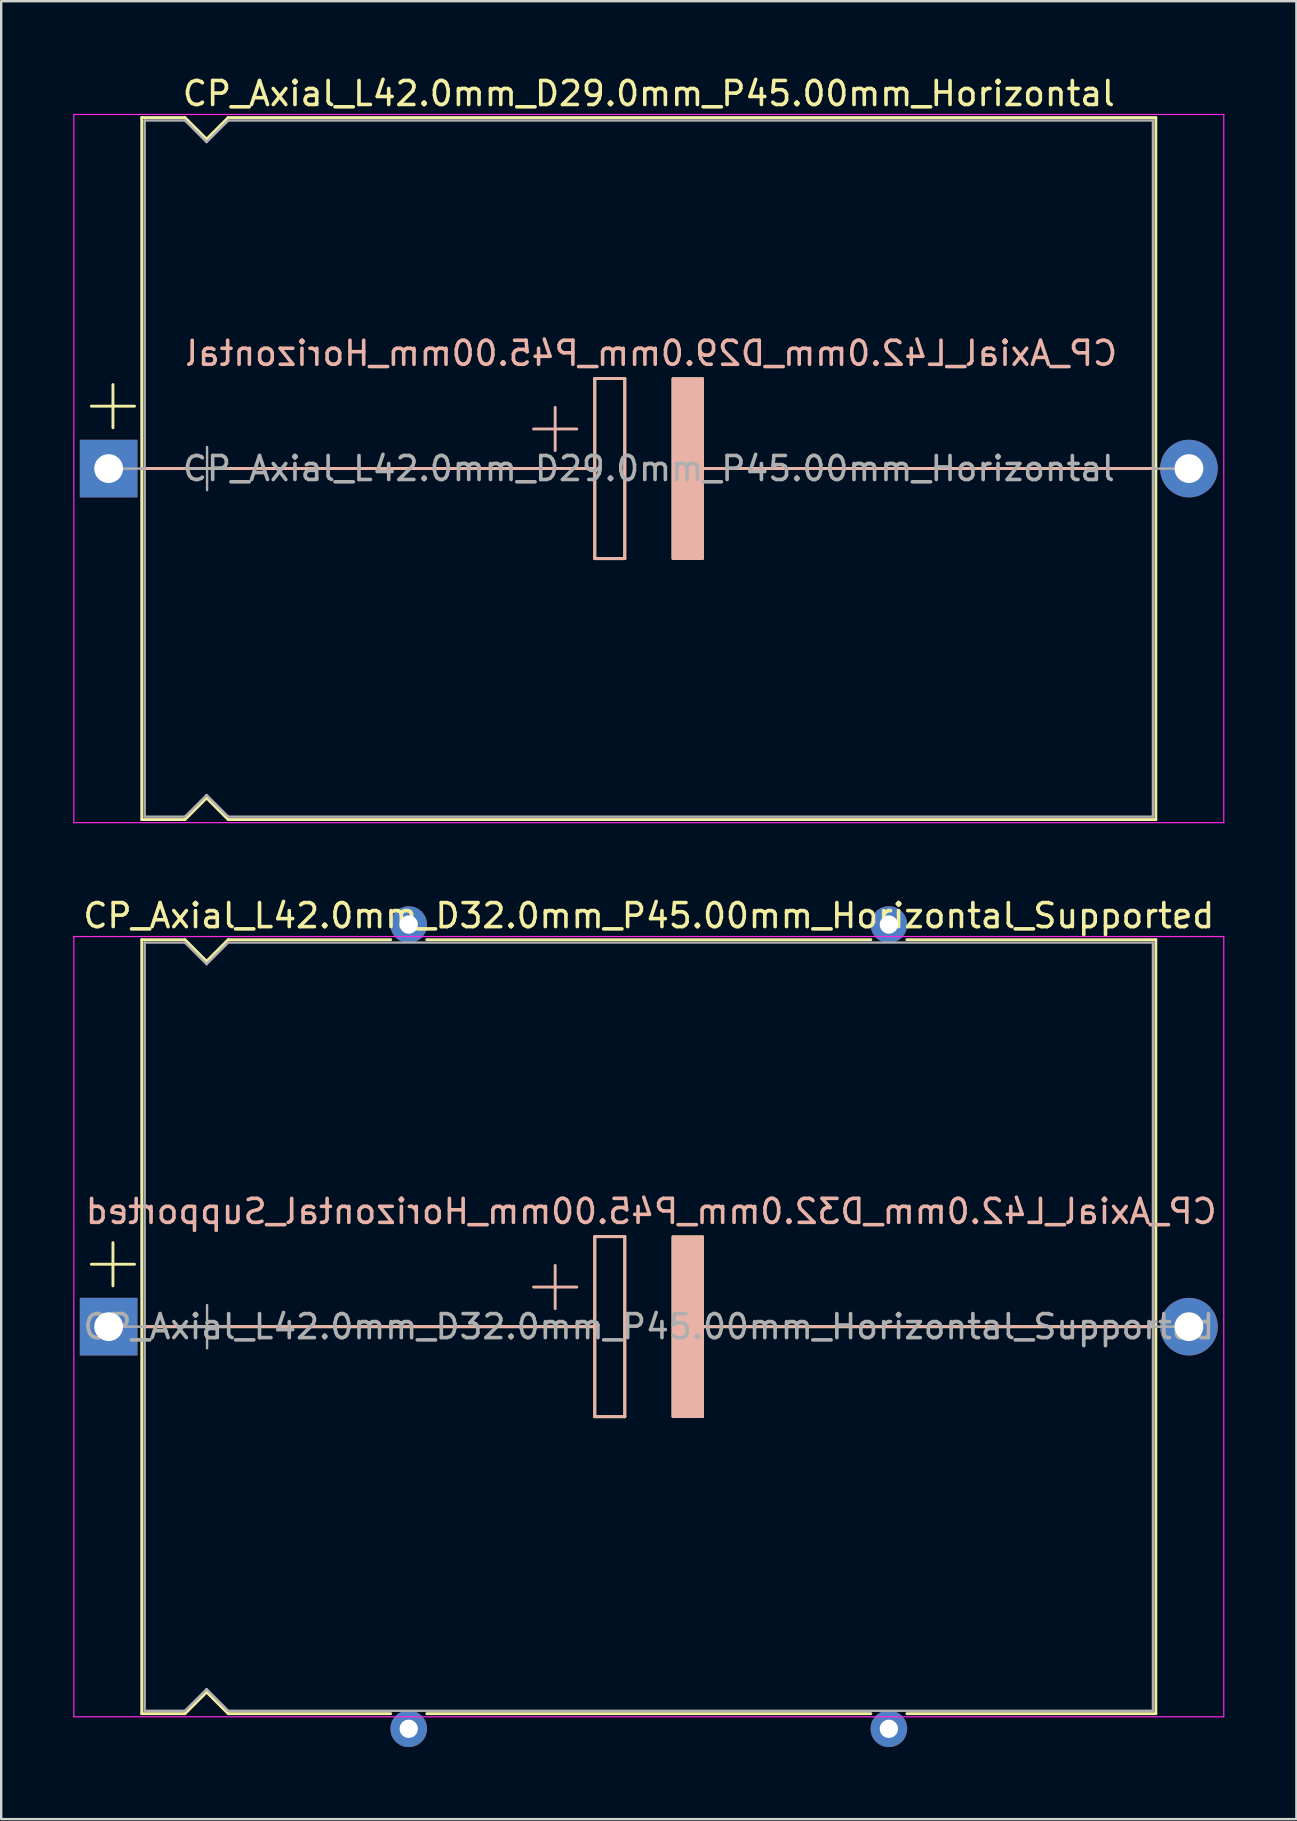
<source format=kicad_pcb>
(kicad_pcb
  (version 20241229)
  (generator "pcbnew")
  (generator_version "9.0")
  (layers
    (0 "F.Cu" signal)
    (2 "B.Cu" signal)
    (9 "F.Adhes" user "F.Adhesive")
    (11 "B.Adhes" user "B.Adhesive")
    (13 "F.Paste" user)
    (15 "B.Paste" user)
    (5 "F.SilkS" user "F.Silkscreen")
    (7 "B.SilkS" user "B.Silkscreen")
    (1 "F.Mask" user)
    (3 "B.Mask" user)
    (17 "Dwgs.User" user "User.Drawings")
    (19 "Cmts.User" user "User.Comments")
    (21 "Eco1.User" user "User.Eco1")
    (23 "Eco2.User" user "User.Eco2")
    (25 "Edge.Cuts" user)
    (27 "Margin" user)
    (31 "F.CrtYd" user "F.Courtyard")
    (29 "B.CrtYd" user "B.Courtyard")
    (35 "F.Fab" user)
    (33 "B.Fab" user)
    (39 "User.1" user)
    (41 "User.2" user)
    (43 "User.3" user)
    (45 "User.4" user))
  (footprint "CP_Axial_L42.0mm_D32.0mm_P45.00mm_Horizontal_Supported"
    (layer "F.Cu")
    (at 1.475 52.212)
    (property "Reference" "CP_Axial_L42.0mm_D32.0mm_P45.00mm_Horizontal_Supported" (at 22.5 -17.12 0) (layer "F.SilkS") (effects (font (size 1 1) (thickness 0.15))))
    (fp_line (start -0.72 -2.6) (end 1.08 -2.6) (stroke (width 0.12) (type solid)) (layer "F.SilkS"))
    (fp_line (start 0.18 -3.5) (end 0.18 -1.7) (stroke (width 0.12) (type solid)) (layer "F.SilkS"))
    (fp_line (start 1.38 -16.12) (end 1.38 16.12) (stroke (width 0.12) (type solid)) (layer "F.SilkS"))
    (fp_line (start 1.38 -16.12) (end 3.18 -16.12) (stroke (width 0.12) (type solid)) (layer "F.SilkS"))
    (fp_line (start 1.38 16.12) (end 3.18 16.12) (stroke (width 0.12) (type solid)) (layer "F.SilkS"))
    (fp_line (start 1.397 0) (end 20.25 0) (stroke (width 0.12) (type solid)) (layer "F.SilkS"))
    (fp_line (start 3.18 -16.12) (end 4.08 -15.22) (stroke (width 0.12) (type solid)) (layer "F.SilkS"))
    (fp_line (start 3.18 16.12) (end 4.08 15.22) (stroke (width 0.12) (type solid)) (layer "F.SilkS"))
    (fp_line (start 4.08 -15.22) (end 4.98 -16.12) (stroke (width 0.12) (type solid)) (layer "F.SilkS"))
    (fp_line (start 4.08 15.22) (end 4.98 16.12) (stroke (width 0.12) (type solid)) (layer "F.SilkS"))
    (fp_line (start 4.98 -16.12) (end 11.75 -16.12) (stroke (width 0.12) (type solid)) (layer "F.SilkS"))
    (fp_line (start 4.98 16.12) (end 11.75 16.12) (stroke (width 0.12) (type solid)) (layer "F.SilkS"))
    (fp_line (start 13.25 -16.12) (end 31.75 -16.12) (stroke (width 0.12) (type solid)) (layer "F.SilkS"))
    (fp_line (start 13.25 16.12) (end 31.75 16.12) (stroke (width 0.12) (type solid)) (layer "F.SilkS"))
    (fp_line (start 20.25 -3.75) (end 21.5 -3.75) (stroke (width 0.12) (type solid)) (layer "F.SilkS"))
    (fp_line (start 20.25 0) (end 20.25 -3.75) (stroke (width 0.12) (type solid)) (layer "F.SilkS"))
    (fp_line (start 20.25 3.75) (end 20.25 0) (stroke (width 0.12) (type solid)) (layer "F.SilkS"))
    (fp_line (start 21.5 -3.75) (end 21.5 3.75) (stroke (width 0.12) (type solid)) (layer "F.SilkS"))
    (fp_line (start 21.5 3.75) (end 20.25 3.75) (stroke (width 0.12) (type solid)) (layer "F.SilkS"))
    (fp_line (start 24.75 0) (end 43.561 0) (stroke (width 0.12) (type solid)) (layer "F.SilkS"))
    (fp_line (start 33.25 -16.12) (end 43.62 -16.12) (stroke (width 0.12) (type solid)) (layer "F.SilkS"))
    (fp_line (start 33.25 16.12) (end 43.62 16.12) (stroke (width 0.12) (type solid)) (layer "F.SilkS"))
    (fp_line (start 43.62 -16.12) (end 43.62 16.12) (stroke (width 0.12) (type solid)) (layer "F.SilkS"))
    (fp_poly (pts (xy 24.75 3.75) (xy 23.5 3.75) (xy 23.5 -3.75) (xy 24.75 -3.75)) (stroke (width 0.1) (type solid)) (fill yes) (layer "F.SilkS"))
    (fp_line (start 1.4 0) (end 13.38 0) (stroke (width 0.12) (type solid)) (layer "B.SilkS"))
    (fp_line (start 13.38 0) (end 20.25 0) (stroke (width 0.12) (type solid)) (layer "B.SilkS"))
    (fp_line (start 18.6 -2.55) (end 18.6 -0.75) (stroke (width 0.12) (type solid)) (layer "B.SilkS"))
    (fp_line (start 19.5 -1.65) (end 17.7 -1.65) (stroke (width 0.12) (type solid)) (layer "B.SilkS"))
    (fp_line (start 20.25 -3.75) (end 21.5 -3.75) (stroke (width 0.12) (type solid)) (layer "B.SilkS"))
    (fp_line (start 20.25 0) (end 20.25 -3.75) (stroke (width 0.12) (type solid)) (layer "B.SilkS"))
    (fp_line (start 20.25 3.75) (end 20.25 0) (stroke (width 0.12) (type solid)) (layer "B.SilkS"))
    (fp_line (start 21.5 -3.75) (end 21.5 3.75) (stroke (width 0.12) (type solid)) (layer "B.SilkS"))
    (fp_line (start 21.5 3.75) (end 20.25 3.75) (stroke (width 0.12) (type solid)) (layer "B.SilkS"))
    (fp_line (start 24.75 0) (end 31.62 0) (stroke (width 0.12) (type solid)) (layer "B.SilkS"))
    (fp_line (start 43.6 0) (end 31.62 0) (stroke (width 0.12) (type solid)) (layer "B.SilkS"))
    (fp_poly (pts (xy 24.75 3.75) (xy 23.5 3.75) (xy 23.5 -3.75) (xy 24.75 -3.75)) (stroke (width 0.1) (type solid)) (fill yes) (layer "B.SilkS"))
    (fp_line (start -1.45 -16.25) (end -1.45 16.25) (stroke (width 0.05) (type solid)) (layer "F.CrtYd"))
    (fp_line (start -1.45 16.25) (end 46.45 16.25) (stroke (width 0.05) (type solid)) (layer "F.CrtYd"))
    (fp_line (start 46.45 -16.25) (end -1.45 -16.25) (stroke (width 0.05) (type solid)) (layer "F.CrtYd"))
    (fp_line (start 46.45 16.25) (end 46.45 -16.25) (stroke (width 0.05) (type solid)) (layer "F.CrtYd"))
    (fp_line (start 0 0) (end 1.5 0) (stroke (width 0.1) (type solid)) (layer "F.Fab"))
    (fp_line (start 1.5 -16) (end 1.5 16) (stroke (width 0.1) (type solid)) (layer "F.Fab"))
    (fp_line (start 1.5 -16) (end 3.18 -16) (stroke (width 0.1) (type solid)) (layer "F.Fab"))
    (fp_line (start 1.5 16) (end 3.18 16) (stroke (width 0.1) (type solid)) (layer "F.Fab"))
    (fp_line (start 3.18 -16) (end 4.08 -15.1) (stroke (width 0.1) (type solid)) (layer "F.Fab"))
    (fp_line (start 3.18 16) (end 4.08 15.1) (stroke (width 0.1) (type solid)) (layer "F.Fab"))
    (fp_line (start 3.2 0) (end 5 0) (stroke (width 0.1) (type solid)) (layer "F.Fab"))
    (fp_line (start 4.08 -15.1) (end 4.98 -16) (stroke (width 0.1) (type solid)) (layer "F.Fab"))
    (fp_line (start 4.08 15.1) (end 4.98 16) (stroke (width 0.1) (type solid)) (layer "F.Fab"))
    (fp_line (start 4.1 -0.9) (end 4.1 0.9) (stroke (width 0.1) (type solid)) (layer "F.Fab"))
    (fp_line (start 4.98 -16) (end 43.5 -16) (stroke (width 0.1) (type solid)) (layer "F.Fab"))
    (fp_line (start 4.98 16) (end 43.5 16) (stroke (width 0.1) (type solid)) (layer "F.Fab"))
    (fp_line (start 43.5 -16) (end 43.5 16) (stroke (width 0.1) (type solid)) (layer "F.Fab"))
    (fp_line (start 45 0) (end 43.5 0) (stroke (width 0.1) (type solid)) (layer "F.Fab"))
    (fp_text user "${REFERENCE}" (at 22.6 -4.8 0) (layer "B.SilkS") (effects (font (size 1 1) (thickness 0.15)) (justify mirror)))
    (fp_text user "${REFERENCE}" (at 22.5 0 0) (layer "F.Fab") (effects (font (size 1 1) (thickness 0.15))))
    (pad "" thru_hole circle (at 12.5 -16.75) (size 1.524 1.524) (drill 0.762) (layers "*.Cu" "*.Mask"))
    (pad "" thru_hole circle (at 12.5 16.75) (size 1.524 1.524) (drill 0.762) (layers "*.Cu" "*.Mask"))
    (pad "" thru_hole circle (at 32.5 -16.75) (size 1.524 1.524) (drill 0.762) (layers "*.Cu" "*.Mask"))
    (pad "" thru_hole circle (at 32.5 16.75) (size 1.524 1.524) (drill 0.762) (layers "*.Cu" "*.Mask"))
    (pad "1" thru_hole rect (at 0 0) (size 2.4 2.4) (drill 1.2) (layers "*.Cu" "*.Mask"))
    (pad "2" thru_hole oval (at 45 0) (size 2.4 2.4) (drill 1.2) (layers "*.Cu" "*.Mask")))
  (footprint "CP_Axial_L42.0mm_D29.0mm_P45.00mm_Horizontal"
    (layer "F.Cu")
    (at 1.475 16.468)
    (property "Reference" "CP_Axial_L42.0mm_D29.0mm_P45.00mm_Horizontal" (at 22.5 -15.62 0) (layer "F.SilkS") (effects (font (size 1 1) (thickness 0.15))))
    (fp_line (start -0.72 -2.6) (end 1.08 -2.6) (stroke (width 0.12) (type solid)) (layer "F.SilkS"))
    (fp_line (start 0.18 -3.5) (end 0.18 -1.7) (stroke (width 0.12) (type solid)) (layer "F.SilkS"))
    (fp_line (start 1.38 -14.62) (end 1.38 14.62) (stroke (width 0.12) (type solid)) (layer "F.SilkS"))
    (fp_line (start 1.38 -14.62) (end 3.18 -14.62) (stroke (width 0.12) (type solid)) (layer "F.SilkS"))
    (fp_line (start 1.38 14.62) (end 3.18 14.62) (stroke (width 0.12) (type solid)) (layer "F.SilkS"))
    (fp_line (start 1.397 0) (end 20.25 0) (stroke (width 0.12) (type solid)) (layer "F.SilkS"))
    (fp_line (start 3.18 -14.62) (end 4.08 -13.72) (stroke (width 0.12) (type solid)) (layer "F.SilkS"))
    (fp_line (start 3.18 14.62) (end 4.08 13.72) (stroke (width 0.12) (type solid)) (layer "F.SilkS"))
    (fp_line (start 4.08 -13.72) (end 4.98 -14.62) (stroke (width 0.12) (type solid)) (layer "F.SilkS"))
    (fp_line (start 4.08 13.72) (end 4.98 14.62) (stroke (width 0.12) (type solid)) (layer "F.SilkS"))
    (fp_line (start 4.98 -14.62) (end 43.62 -14.62) (stroke (width 0.12) (type solid)) (layer "F.SilkS"))
    (fp_line (start 4.98 14.62) (end 43.62 14.62) (stroke (width 0.12) (type solid)) (layer "F.SilkS"))
    (fp_line (start 20.25 -3.75) (end 21.5 -3.75) (stroke (width 0.12) (type solid)) (layer "F.SilkS"))
    (fp_line (start 20.25 0) (end 20.25 -3.75) (stroke (width 0.12) (type solid)) (layer "F.SilkS"))
    (fp_line (start 20.25 3.75) (end 20.25 0) (stroke (width 0.12) (type solid)) (layer "F.SilkS"))
    (fp_line (start 21.5 -3.75) (end 21.5 3.75) (stroke (width 0.12) (type solid)) (layer "F.SilkS"))
    (fp_line (start 21.5 3.75) (end 20.25 3.75) (stroke (width 0.12) (type solid)) (layer "F.SilkS"))
    (fp_line (start 24.75 0) (end 43.561 0) (stroke (width 0.12) (type solid)) (layer "F.SilkS"))
    (fp_line (start 43.62 -14.62) (end 43.62 14.62) (stroke (width 0.12) (type solid)) (layer "F.SilkS"))
    (fp_poly (pts (xy 24.75 3.75) (xy 23.5 3.75) (xy 23.5 -3.75) (xy 24.75 -3.75)) (stroke (width 0.1) (type solid)) (fill yes) (layer "F.SilkS"))
    (fp_line (start 1.4 0) (end 13.38 0) (stroke (width 0.12) (type solid)) (layer "B.SilkS"))
    (fp_line (start 13.38 0) (end 20.25 0) (stroke (width 0.12) (type solid)) (layer "B.SilkS"))
    (fp_line (start 18.6 -2.55) (end 18.6 -0.75) (stroke (width 0.12) (type solid)) (layer "B.SilkS"))
    (fp_line (start 19.5 -1.65) (end 17.7 -1.65) (stroke (width 0.12) (type solid)) (layer "B.SilkS"))
    (fp_line (start 20.25 -3.75) (end 21.5 -3.75) (stroke (width 0.12) (type solid)) (layer "B.SilkS"))
    (fp_line (start 20.25 0) (end 20.25 -3.75) (stroke (width 0.12) (type solid)) (layer "B.SilkS"))
    (fp_line (start 20.25 3.75) (end 20.25 0) (stroke (width 0.12) (type solid)) (layer "B.SilkS"))
    (fp_line (start 21.5 -3.75) (end 21.5 3.75) (stroke (width 0.12) (type solid)) (layer "B.SilkS"))
    (fp_line (start 21.5 3.75) (end 20.25 3.75) (stroke (width 0.12) (type solid)) (layer "B.SilkS"))
    (fp_line (start 24.75 0) (end 31.62 0) (stroke (width 0.12) (type solid)) (layer "B.SilkS"))
    (fp_line (start 43.6 0) (end 31.62 0) (stroke (width 0.12) (type solid)) (layer "B.SilkS"))
    (fp_poly (pts (xy 24.75 3.75) (xy 23.5 3.75) (xy 23.5 -3.75) (xy 24.75 -3.75)) (stroke (width 0.1) (type solid)) (fill yes) (layer "B.SilkS"))
    (fp_line (start -1.45 -14.75) (end -1.45 14.75) (stroke (width 0.05) (type solid)) (layer "F.CrtYd"))
    (fp_line (start -1.45 14.75) (end 46.45 14.75) (stroke (width 0.05) (type solid)) (layer "F.CrtYd"))
    (fp_line (start 46.45 -14.75) (end -1.45 -14.75) (stroke (width 0.05) (type solid)) (layer "F.CrtYd"))
    (fp_line (start 46.45 14.75) (end 46.45 -14.75) (stroke (width 0.05) (type solid)) (layer "F.CrtYd"))
    (fp_line (start 0 0) (end 1.5 0) (stroke (width 0.1) (type solid)) (layer "F.Fab"))
    (fp_line (start 1.5 -14.5) (end 1.5 14.5) (stroke (width 0.1) (type solid)) (layer "F.Fab"))
    (fp_line (start 1.5 -14.5) (end 3.18 -14.5) (stroke (width 0.1) (type solid)) (layer "F.Fab"))
    (fp_line (start 1.5 14.5) (end 3.18 14.5) (stroke (width 0.1) (type solid)) (layer "F.Fab"))
    (fp_line (start 3.18 -14.5) (end 4.08 -13.6) (stroke (width 0.1) (type solid)) (layer "F.Fab"))
    (fp_line (start 3.18 14.5) (end 4.08 13.6) (stroke (width 0.1) (type solid)) (layer "F.Fab"))
    (fp_line (start 3.2 0) (end 5 0) (stroke (width 0.1) (type solid)) (layer "F.Fab"))
    (fp_line (start 4.08 -13.6) (end 4.98 -14.5) (stroke (width 0.1) (type solid)) (layer "F.Fab"))
    (fp_line (start 4.08 13.6) (end 4.98 14.5) (stroke (width 0.1) (type solid)) (layer "F.Fab"))
    (fp_line (start 4.1 -0.9) (end 4.1 0.9) (stroke (width 0.1) (type solid)) (layer "F.Fab"))
    (fp_line (start 4.98 -14.5) (end 43.5 -14.5) (stroke (width 0.1) (type solid)) (layer "F.Fab"))
    (fp_line (start 4.98 14.5) (end 43.5 14.5) (stroke (width 0.1) (type solid)) (layer "F.Fab"))
    (fp_line (start 43.5 -14.5) (end 43.5 14.5) (stroke (width 0.1) (type solid)) (layer "F.Fab"))
    (fp_line (start 45 0) (end 43.5 0) (stroke (width 0.1) (type solid)) (layer "F.Fab"))
    (fp_text user "${REFERENCE}" (at 22.6 -4.8 0) (layer "B.SilkS") (effects (font (size 1 1) (thickness 0.15)) (justify mirror)))
    (fp_text user "${REFERENCE}" (at 22.5 0 0) (layer "F.Fab") (effects (font (size 1 1) (thickness 0.15))))
    (pad "1" thru_hole rect (at 0 0) (size 2.4 2.4) (drill 1.2) (layers "*.Cu" "*.Mask"))
    (pad "2" thru_hole oval (at 45 0) (size 2.4 2.4) (drill 1.2) (layers "*.Cu" "*.Mask")))
  (gr_rect
    (start -3 -3)
    (end 50.95 72.724)
    (stroke (width 0.1) (type default))
    (fill no)
    (layer "Edge.Cuts")))
</source>
